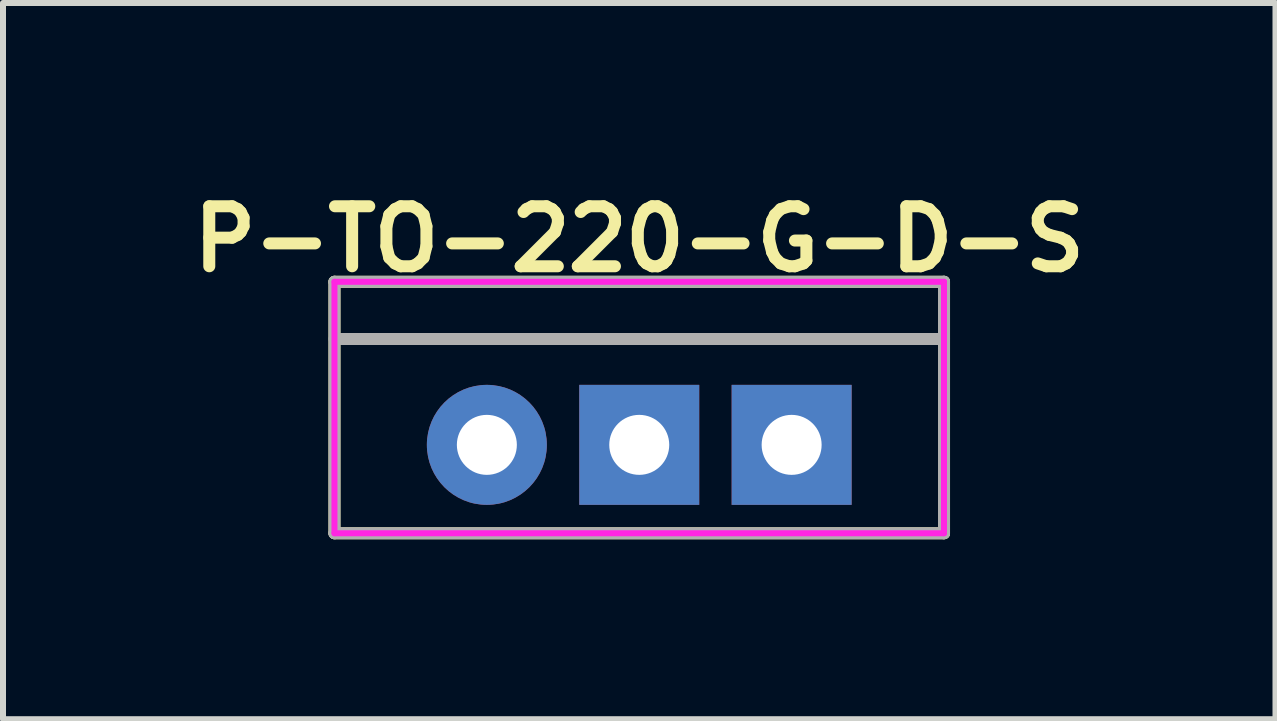
<source format=kicad_pcb>
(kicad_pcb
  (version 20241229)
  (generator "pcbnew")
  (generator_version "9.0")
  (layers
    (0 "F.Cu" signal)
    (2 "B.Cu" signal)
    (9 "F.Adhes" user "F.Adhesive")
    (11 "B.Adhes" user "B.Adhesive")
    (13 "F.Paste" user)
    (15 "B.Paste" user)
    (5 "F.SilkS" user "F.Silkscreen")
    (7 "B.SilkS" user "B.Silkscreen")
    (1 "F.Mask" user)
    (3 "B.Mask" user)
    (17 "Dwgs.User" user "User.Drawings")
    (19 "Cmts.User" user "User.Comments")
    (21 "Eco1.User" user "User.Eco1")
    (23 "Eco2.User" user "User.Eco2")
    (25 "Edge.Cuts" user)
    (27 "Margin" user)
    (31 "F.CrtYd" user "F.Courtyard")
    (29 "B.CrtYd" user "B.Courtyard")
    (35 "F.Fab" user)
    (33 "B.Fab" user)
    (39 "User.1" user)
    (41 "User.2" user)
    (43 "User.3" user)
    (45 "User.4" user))
  (footprint "P-TO-220-G-D-S"
    (layer "F.Cu")
    (at 7.605 4.365)
    (property "Reference" "P-TO-220-G-D-S" (at 0 -3.429 0) (layer "F.SilkS") (effects (font (size 1 1) (thickness 0.2))))
    (attr through_hole)
    (fp_line (start -5.08 -2.718) (end -5.08 1.473) (stroke (width 0.2) (type solid)) (layer "F.SilkS"))
    (fp_line (start -5.08 -2.718) (end 5.08 -2.718) (stroke (width 0.2) (type solid)) (layer "F.SilkS"))
    (fp_line (start -5.08 1.473) (end 5.08 1.473) (stroke (width 0.2) (type solid)) (layer "F.SilkS"))
    (fp_line (start 5.08 -2.718) (end 5.08 1.473) (stroke (width 0.2) (type solid)) (layer "F.SilkS"))
    (fp_line (start -5.08 -2.718) (end -5.08 1.473) (stroke (width 0.1) (type solid)) (layer "F.CrtYd"))
    (fp_line (start -5.08 -2.718) (end 5.08 -2.718) (stroke (width 0.1) (type solid)) (layer "F.CrtYd"))
    (fp_line (start -5.08 1.473) (end 5.08 1.473) (stroke (width 0.1) (type solid)) (layer "F.CrtYd"))
    (fp_line (start 5.08 -2.718) (end 5.08 1.473) (stroke (width 0.1) (type solid)) (layer "F.CrtYd"))
    (fp_line (start -5.08 -2.718) (end -5.08 1.473) (stroke (width 0.2) (type solid)) (layer "F.Fab"))
    (fp_line (start -5.08 -2.718) (end 5.08 -2.718) (stroke (width 0.2) (type solid)) (layer "F.Fab"))
    (fp_line (start -5.08 -1.765) (end 5.08 -1.765) (stroke (width 0.2) (type solid)) (layer "F.Fab"))
    (fp_line (start -5.08 1.473) (end 5.08 1.473) (stroke (width 0.2) (type solid)) (layer "F.Fab"))
    (fp_line (start 5.08 -2.718) (end 5.08 1.473) (stroke (width 0.2) (type solid)) (layer "F.Fab"))
    (pad "D" thru_hole rect (at 0 0) (size 2 2) (drill 1) (layers "*.Cu" "*.Mask"))
    (pad "G" thru_hole circle (at -2.54 0) (size 2 2) (drill 1) (layers "*.Cu" "*.Mask"))
    (pad "S" thru_hole rect (at 2.54 0) (size 2 2) (drill 1) (layers "*.Cu" "*.Mask")))
  (gr_rect
    (start -3 -3)
    (end 18.21 8.938)
    (stroke (width 0.1) (type default))
    (fill no)
    (layer "Edge.Cuts")))
</source>
